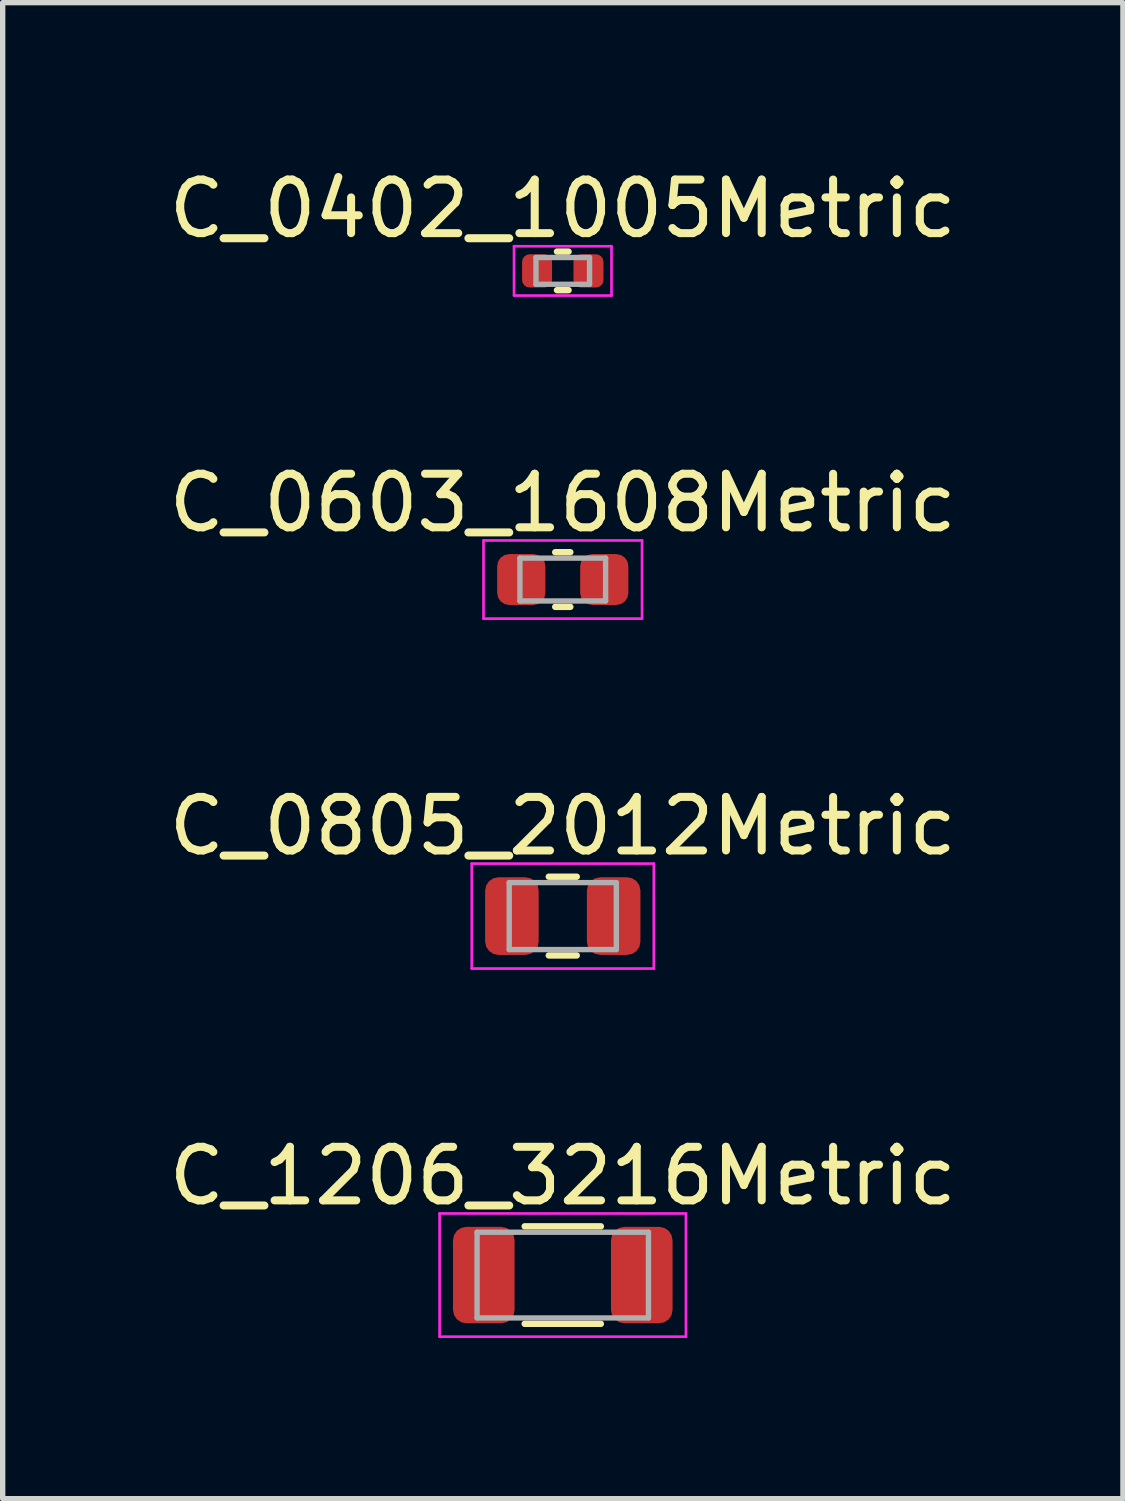
<source format=kicad_pcb>
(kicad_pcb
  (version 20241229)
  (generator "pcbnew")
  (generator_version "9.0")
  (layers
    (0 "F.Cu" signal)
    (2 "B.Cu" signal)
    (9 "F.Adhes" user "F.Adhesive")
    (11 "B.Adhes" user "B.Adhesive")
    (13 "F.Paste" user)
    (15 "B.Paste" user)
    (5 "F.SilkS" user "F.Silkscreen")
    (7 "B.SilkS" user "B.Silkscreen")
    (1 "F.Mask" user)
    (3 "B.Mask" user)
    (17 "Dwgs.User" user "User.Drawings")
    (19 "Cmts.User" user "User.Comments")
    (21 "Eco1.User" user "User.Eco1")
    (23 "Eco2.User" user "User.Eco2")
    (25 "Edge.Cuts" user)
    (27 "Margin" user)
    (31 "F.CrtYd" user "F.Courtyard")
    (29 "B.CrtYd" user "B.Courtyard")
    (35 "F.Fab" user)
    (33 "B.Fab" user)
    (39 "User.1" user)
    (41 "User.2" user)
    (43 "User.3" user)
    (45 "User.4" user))
  (footprint "C_0402_1005Metric"
    (layer "F.Cu")
    (at 7.458 2.008)
    (property "Reference" "C_0402_1005Metric" (at 0 -1.16 0) (layer "F.SilkS") (effects (font (size 1 1) (thickness 0.15))))
    (attr smd)
    (fp_line (start -0.108 -0.36) (end 0.108 -0.36) (stroke (width 0.12) (type solid)) (layer "F.SilkS"))
    (fp_line (start -0.108 0.36) (end 0.108 0.36) (stroke (width 0.12) (type solid)) (layer "F.SilkS"))
    (fp_line (start -0.91 -0.46) (end 0.91 -0.46) (stroke (width 0.05) (type solid)) (layer "F.CrtYd"))
    (fp_line (start -0.91 0.46) (end -0.91 -0.46) (stroke (width 0.05) (type solid)) (layer "F.CrtYd"))
    (fp_line (start 0.91 -0.46) (end 0.91 0.46) (stroke (width 0.05) (type solid)) (layer "F.CrtYd"))
    (fp_line (start 0.91 0.46) (end -0.91 0.46) (stroke (width 0.05) (type solid)) (layer "F.CrtYd"))
    (fp_line (start -0.5 -0.25) (end 0.5 -0.25) (stroke (width 0.1) (type solid)) (layer "F.Fab"))
    (fp_line (start -0.5 0.25) (end -0.5 -0.25) (stroke (width 0.1) (type solid)) (layer "F.Fab"))
    (fp_line (start 0.5 -0.25) (end 0.5 0.25) (stroke (width 0.1) (type solid)) (layer "F.Fab"))
    (fp_line (start 0.5 0.25) (end -0.5 0.25) (stroke (width 0.1) (type solid)) (layer "F.Fab"))
    (pad "1" smd roundrect (at -0.48 0) (size 0.56 0.62) (layers "F.Cu" "F.Mask" "F.Paste") (roundrect_rratio 0.25))
    (pad "2" smd roundrect (at 0.48 0) (size 0.56 0.62) (layers "F.Cu" "F.Mask" "F.Paste") (roundrect_rratio 0.25)))
  (footprint "C_1206_3216Metric"
    (layer "F.Cu")
    (at 7.458 20.758)
    (property "Reference" "C_1206_3216Metric" (at 0 -1.85 0) (layer "F.SilkS") (effects (font (size 1 1) (thickness 0.15))))
    (attr smd)
    (fp_line (start -0.711 -0.91) (end 0.711 -0.91) (stroke (width 0.12) (type solid)) (layer "F.SilkS"))
    (fp_line (start -0.711 0.91) (end 0.711 0.91) (stroke (width 0.12) (type solid)) (layer "F.SilkS"))
    (fp_line (start -2.3 -1.15) (end 2.3 -1.15) (stroke (width 0.05) (type solid)) (layer "F.CrtYd"))
    (fp_line (start -2.3 1.15) (end -2.3 -1.15) (stroke (width 0.05) (type solid)) (layer "F.CrtYd"))
    (fp_line (start 2.3 -1.15) (end 2.3 1.15) (stroke (width 0.05) (type solid)) (layer "F.CrtYd"))
    (fp_line (start 2.3 1.15) (end -2.3 1.15) (stroke (width 0.05) (type solid)) (layer "F.CrtYd"))
    (fp_line (start -1.6 -0.8) (end 1.6 -0.8) (stroke (width 0.1) (type solid)) (layer "F.Fab"))
    (fp_line (start -1.6 0.8) (end -1.6 -0.8) (stroke (width 0.1) (type solid)) (layer "F.Fab"))
    (fp_line (start 1.6 -0.8) (end 1.6 0.8) (stroke (width 0.1) (type solid)) (layer "F.Fab"))
    (fp_line (start 1.6 0.8) (end -1.6 0.8) (stroke (width 0.1) (type solid)) (layer "F.Fab"))
    (pad "1" smd roundrect (at -1.475 0) (size 1.15 1.8) (layers "F.Cu" "F.Mask" "F.Paste") (roundrect_rratio 0.217))
    (pad "2" smd roundrect (at 1.475 0) (size 1.15 1.8) (layers "F.Cu" "F.Mask" "F.Paste") (roundrect_rratio 0.217)))
  (footprint "C_0603_1608Metric"
    (layer "F.Cu")
    (at 7.458 7.771)
    (property "Reference" "C_0603_1608Metric" (at 0 -1.43 0) (layer "F.SilkS") (effects (font (size 1 1) (thickness 0.15))))
    (attr smd)
    (fp_line (start -0.141 -0.51) (end 0.141 -0.51) (stroke (width 0.12) (type solid)) (layer "F.SilkS"))
    (fp_line (start -0.141 0.51) (end 0.141 0.51) (stroke (width 0.12) (type solid)) (layer "F.SilkS"))
    (fp_line (start -1.48 -0.73) (end 1.48 -0.73) (stroke (width 0.05) (type solid)) (layer "F.CrtYd"))
    (fp_line (start -1.48 0.73) (end -1.48 -0.73) (stroke (width 0.05) (type solid)) (layer "F.CrtYd"))
    (fp_line (start 1.48 -0.73) (end 1.48 0.73) (stroke (width 0.05) (type solid)) (layer "F.CrtYd"))
    (fp_line (start 1.48 0.73) (end -1.48 0.73) (stroke (width 0.05) (type solid)) (layer "F.CrtYd"))
    (fp_line (start -0.8 -0.4) (end 0.8 -0.4) (stroke (width 0.1) (type solid)) (layer "F.Fab"))
    (fp_line (start -0.8 0.4) (end -0.8 -0.4) (stroke (width 0.1) (type solid)) (layer "F.Fab"))
    (fp_line (start 0.8 -0.4) (end 0.8 0.4) (stroke (width 0.1) (type solid)) (layer "F.Fab"))
    (fp_line (start 0.8 0.4) (end -0.8 0.4) (stroke (width 0.1) (type solid)) (layer "F.Fab"))
    (pad "1" smd roundrect (at -0.775 0) (size 0.9 0.95) (layers "F.Cu" "F.Mask" "F.Paste") (roundrect_rratio 0.25))
    (pad "2" smd roundrect (at 0.775 0) (size 0.9 0.95) (layers "F.Cu" "F.Mask" "F.Paste") (roundrect_rratio 0.25)))
  (footprint "C_0805_2012Metric"
    (layer "F.Cu")
    (at 7.458 14.055)
    (property "Reference" "C_0805_2012Metric" (at 0 -1.68 0) (layer "F.SilkS") (effects (font (size 1 1) (thickness 0.15))))
    (attr smd)
    (fp_line (start -0.261 -0.735) (end 0.261 -0.735) (stroke (width 0.12) (type solid)) (layer "F.SilkS"))
    (fp_line (start -0.261 0.735) (end 0.261 0.735) (stroke (width 0.12) (type solid)) (layer "F.SilkS"))
    (fp_line (start -1.7 -0.98) (end 1.7 -0.98) (stroke (width 0.05) (type solid)) (layer "F.CrtYd"))
    (fp_line (start -1.7 0.98) (end -1.7 -0.98) (stroke (width 0.05) (type solid)) (layer "F.CrtYd"))
    (fp_line (start 1.7 -0.98) (end 1.7 0.98) (stroke (width 0.05) (type solid)) (layer "F.CrtYd"))
    (fp_line (start 1.7 0.98) (end -1.7 0.98) (stroke (width 0.05) (type solid)) (layer "F.CrtYd"))
    (fp_line (start -1 -0.625) (end 1 -0.625) (stroke (width 0.1) (type solid)) (layer "F.Fab"))
    (fp_line (start -1 0.625) (end -1 -0.625) (stroke (width 0.1) (type solid)) (layer "F.Fab"))
    (fp_line (start 1 -0.625) (end 1 0.625) (stroke (width 0.1) (type solid)) (layer "F.Fab"))
    (fp_line (start 1 0.625) (end -1 0.625) (stroke (width 0.1) (type solid)) (layer "F.Fab"))
    (pad "1" smd roundrect (at -0.95 0) (size 1 1.45) (layers "F.Cu" "F.Mask" "F.Paste") (roundrect_rratio 0.25))
    (pad "2" smd roundrect (at 0.95 0) (size 1 1.45) (layers "F.Cu" "F.Mask" "F.Paste") (roundrect_rratio 0.25)))
  (gr_rect
    (start -3 -3)
    (end 17.917 24.933)
    (stroke (width 0.1) (type default))
    (fill no)
    (layer "Edge.Cuts")))
</source>
